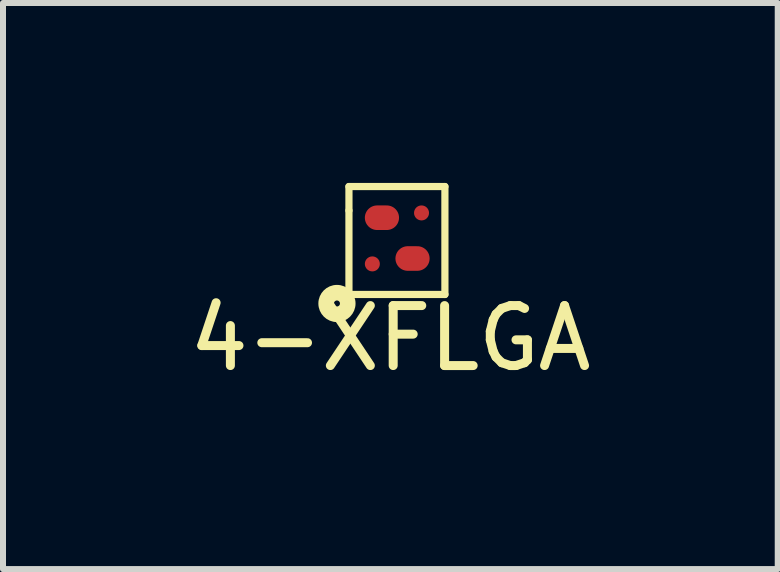
<source format=kicad_pcb>
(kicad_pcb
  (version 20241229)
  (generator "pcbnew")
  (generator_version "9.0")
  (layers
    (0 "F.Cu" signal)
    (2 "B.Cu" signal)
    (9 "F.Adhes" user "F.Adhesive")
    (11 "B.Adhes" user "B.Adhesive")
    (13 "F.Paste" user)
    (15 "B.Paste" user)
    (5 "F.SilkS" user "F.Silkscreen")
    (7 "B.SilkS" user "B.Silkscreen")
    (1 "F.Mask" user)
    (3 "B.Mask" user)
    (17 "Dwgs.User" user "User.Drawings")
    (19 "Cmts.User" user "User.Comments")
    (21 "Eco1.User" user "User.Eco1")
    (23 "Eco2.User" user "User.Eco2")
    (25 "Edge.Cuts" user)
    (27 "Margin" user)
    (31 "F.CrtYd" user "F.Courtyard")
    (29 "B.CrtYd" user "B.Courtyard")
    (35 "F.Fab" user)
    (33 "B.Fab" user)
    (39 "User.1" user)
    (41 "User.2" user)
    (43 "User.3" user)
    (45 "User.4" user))
  (footprint "4-XFLGA"
    (layer "F.Cu")
    (at 3.558 0.99)
    (property "Reference" "4-XFLGA" (at -0.1 1.6 180) (layer "F.SilkS") (effects (font (size 1 1) (thickness 0.15))))
    (attr through_hole)
    (fp_line (start -0.79 -0.93) (end -0.79 -0.53) (stroke (width 0.12) (type solid)) (layer "F.SilkS"))
    (fp_line (start -0.79 -0.53) (end -0.79 0.87) (stroke (width 0.12) (type solid)) (layer "F.SilkS"))
    (fp_line (start -0.79 0.87) (end 0.81 0.87) (stroke (width 0.12) (type solid)) (layer "F.SilkS"))
    (fp_line (start 0.81 -0.93) (end -0.79 -0.93) (stroke (width 0.12) (type solid)) (layer "F.SilkS"))
    (fp_line (start 0.81 0.87) (end 0.81 -0.93) (stroke (width 0.12) (type solid)) (layer "F.SilkS"))
    (fp_circle (center -0.99 1.02) (end -0.99 0.77) (stroke (width 0.12) (type solid)) (fill no) (layer "F.SilkS"))
    (fp_circle (center -0.99 1.02) (end -0.99 0.87) (stroke (width 0.12) (type solid)) (fill no) (layer "F.SilkS"))
    (fp_circle (center -0.99 1.02) (end -0.99 0.97) (stroke (width 0.12) (type solid)) (fill no) (layer "F.SilkS"))
    (pad "1" smd oval (at -0.4 0.36) (size 0.25 0.25) (layers "F.Cu" "F.Mask" "F.Paste"))
    (pad "2" smd oval (at -0.24 -0.41) (size 0.57 0.41) (layers "F.Cu" "F.Mask" "F.Paste"))
    (pad "3" smd oval (at 0.42 -0.49) (size 0.25 0.25) (layers "F.Cu" "F.Mask" "F.Paste"))
    (pad "4" smd oval (at 0.27 0.27) (size 0.57 0.41) (layers "F.Cu" "F.Mask" "F.Paste")))
  (gr_rect
    (start -3 -3)
    (end 9.917 6.438)
    (stroke (width 0.1) (type default))
    (fill no)
    (layer "Edge.Cuts")))
</source>
